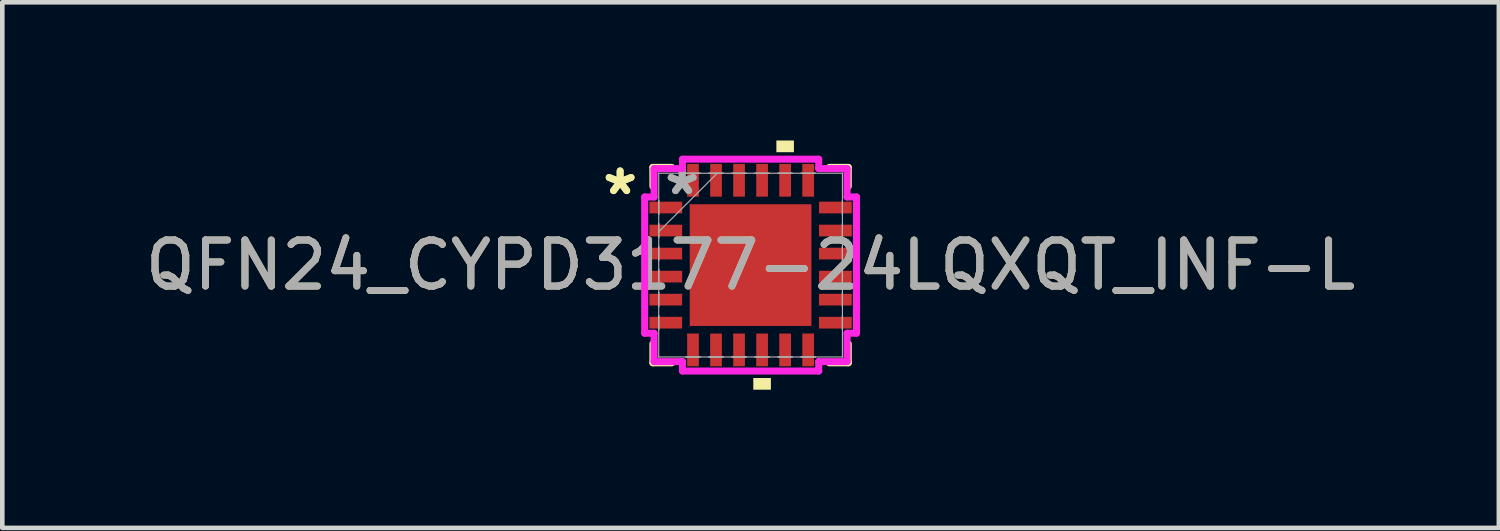
<source format=kicad_pcb>
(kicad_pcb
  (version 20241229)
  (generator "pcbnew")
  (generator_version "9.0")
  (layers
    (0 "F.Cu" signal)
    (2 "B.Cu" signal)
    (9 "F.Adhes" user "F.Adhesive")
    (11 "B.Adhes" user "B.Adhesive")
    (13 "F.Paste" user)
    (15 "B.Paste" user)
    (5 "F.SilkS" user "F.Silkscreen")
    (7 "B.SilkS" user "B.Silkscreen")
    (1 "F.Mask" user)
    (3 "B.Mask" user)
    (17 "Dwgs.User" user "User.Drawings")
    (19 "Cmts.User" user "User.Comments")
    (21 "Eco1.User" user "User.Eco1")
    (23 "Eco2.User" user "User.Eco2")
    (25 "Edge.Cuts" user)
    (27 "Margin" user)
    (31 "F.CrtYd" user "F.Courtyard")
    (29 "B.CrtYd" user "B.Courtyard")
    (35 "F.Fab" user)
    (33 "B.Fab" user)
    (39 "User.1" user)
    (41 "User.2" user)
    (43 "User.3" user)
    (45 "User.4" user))
  (footprint "QFN24_CYPD3177-24LQXQT_INF-L"
    (layer "F.Cu")
    (at 13.244 2.705)
    (property "Reference" "QFN24_CYPD3177-24LQXQT_INF-L" (at 0 0 0) (unlocked yes) (layer "F.SilkS") (effects (font (size 1 1) (thickness 0.15))))
    (attr smd)
    (fp_line (start -2.121 -2.121) (end -2.121 -1.71) (stroke (width 0.152) (type solid)) (layer "F.SilkS"))
    (fp_line (start -2.121 1.71) (end -2.121 2.121) (stroke (width 0.152) (type solid)) (layer "F.SilkS"))
    (fp_line (start -2.121 2.121) (end -1.71 2.121) (stroke (width 0.152) (type solid)) (layer "F.SilkS"))
    (fp_line (start -1.71 -2.121) (end -2.121 -2.121) (stroke (width 0.152) (type solid)) (layer "F.SilkS"))
    (fp_line (start 1.71 2.121) (end 2.121 2.121) (stroke (width 0.152) (type solid)) (layer "F.SilkS"))
    (fp_line (start 2.121 -2.121) (end 1.71 -2.121) (stroke (width 0.152) (type solid)) (layer "F.SilkS"))
    (fp_line (start 2.121 -1.71) (end 2.121 -2.121) (stroke (width 0.152) (type solid)) (layer "F.SilkS"))
    (fp_line (start 2.121 2.121) (end 2.121 1.71) (stroke (width 0.152) (type solid)) (layer "F.SilkS"))
    (fp_poly (pts (xy 0.059 2.451) (xy 0.059 2.705) (xy 0.441 2.705) (xy 0.441 2.451)) (stroke (width 0) (type solid)) (fill yes) (layer "F.SilkS"))
    (fp_poly (pts (xy 0.56 -2.451) (xy 0.56 -2.705) (xy 0.941 -2.705) (xy 0.941 -2.451)) (stroke (width 0) (type solid)) (fill yes) (layer "F.SilkS"))
    (fp_poly (pts (xy -1.221 -1.221) (xy -1.221 -0.1) (xy -0.1 -0.1) (xy -0.1 -1.221)) (stroke (width 0) (type solid)) (fill yes) (layer "F.Paste"))
    (fp_poly (pts (xy -1.221 0.1) (xy -1.221 1.221) (xy -0.1 1.221) (xy -0.1 0.1)) (stroke (width 0) (type solid)) (fill yes) (layer "F.Paste"))
    (fp_poly (pts (xy 0.1 -1.221) (xy 0.1 -0.1) (xy 1.221 -0.1) (xy 1.221 -1.221)) (stroke (width 0) (type solid)) (fill yes) (layer "F.Paste"))
    (fp_poly (pts (xy 0.1 0.1) (xy 0.1 1.221) (xy 1.221 1.221) (xy 1.221 0.1)) (stroke (width 0) (type solid)) (fill yes) (layer "F.Paste"))
    (fp_line (start -2.299 -1.479) (end -2.095 -1.479) (stroke (width 0.152) (type solid)) (layer "F.CrtYd"))
    (fp_line (start -2.299 1.479) (end -2.299 -1.479) (stroke (width 0.152) (type solid)) (layer "F.CrtYd"))
    (fp_line (start -2.095 -2.095) (end -1.479 -2.095) (stroke (width 0.152) (type solid)) (layer "F.CrtYd"))
    (fp_line (start -2.095 -1.479) (end -2.095 -2.095) (stroke (width 0.152) (type solid)) (layer "F.CrtYd"))
    (fp_line (start -2.095 1.479) (end -2.299 1.479) (stroke (width 0.152) (type solid)) (layer "F.CrtYd"))
    (fp_line (start -2.095 2.095) (end -2.095 1.479) (stroke (width 0.152) (type solid)) (layer "F.CrtYd"))
    (fp_line (start -1.479 -2.299) (end 1.479 -2.299) (stroke (width 0.152) (type solid)) (layer "F.CrtYd"))
    (fp_line (start -1.479 -2.095) (end -1.479 -2.299) (stroke (width 0.152) (type solid)) (layer "F.CrtYd"))
    (fp_line (start -1.479 2.095) (end -2.095 2.095) (stroke (width 0.152) (type solid)) (layer "F.CrtYd"))
    (fp_line (start -1.479 2.299) (end -1.479 2.095) (stroke (width 0.152) (type solid)) (layer "F.CrtYd"))
    (fp_line (start 1.479 -2.299) (end 1.479 -2.095) (stroke (width 0.152) (type solid)) (layer "F.CrtYd"))
    (fp_line (start 1.479 -2.095) (end 2.095 -2.095) (stroke (width 0.152) (type solid)) (layer "F.CrtYd"))
    (fp_line (start 1.479 2.095) (end 1.479 2.299) (stroke (width 0.152) (type solid)) (layer "F.CrtYd"))
    (fp_line (start 1.479 2.299) (end -1.479 2.299) (stroke (width 0.152) (type solid)) (layer "F.CrtYd"))
    (fp_line (start 2.095 -2.095) (end 2.095 -1.479) (stroke (width 0.152) (type solid)) (layer "F.CrtYd"))
    (fp_line (start 2.095 -1.479) (end 2.299 -1.479) (stroke (width 0.152) (type solid)) (layer "F.CrtYd"))
    (fp_line (start 2.095 1.479) (end 2.095 2.095) (stroke (width 0.152) (type solid)) (layer "F.CrtYd"))
    (fp_line (start 2.095 2.095) (end 1.479 2.095) (stroke (width 0.152) (type solid)) (layer "F.CrtYd"))
    (fp_line (start 2.299 -1.479) (end 2.299 1.479) (stroke (width 0.152) (type solid)) (layer "F.CrtYd"))
    (fp_line (start 2.299 1.479) (end 2.095 1.479) (stroke (width 0.152) (type solid)) (layer "F.CrtYd"))
    (fp_line (start -1.994 -1.994) (end -1.994 -1.994) (stroke (width 0.025) (type solid)) (layer "F.Fab"))
    (fp_line (start -1.994 -1.994) (end -1.994 1.994) (stroke (width 0.025) (type solid)) (layer "F.Fab"))
    (fp_line (start -1.994 -1.402) (end -1.994 -1.402) (stroke (width 0.025) (type solid)) (layer "F.Fab"))
    (fp_line (start -1.994 -1.402) (end -1.994 -1.098) (stroke (width 0.025) (type solid)) (layer "F.Fab"))
    (fp_line (start -1.994 -1.098) (end -1.994 -1.402) (stroke (width 0.025) (type solid)) (layer "F.Fab"))
    (fp_line (start -1.994 -1.098) (end -1.994 -1.098) (stroke (width 0.025) (type solid)) (layer "F.Fab"))
    (fp_line (start -1.994 -0.902) (end -1.994 -0.902) (stroke (width 0.025) (type solid)) (layer "F.Fab"))
    (fp_line (start -1.994 -0.902) (end -1.994 -0.598) (stroke (width 0.025) (type solid)) (layer "F.Fab"))
    (fp_line (start -1.994 -0.724) (end -0.724 -1.994) (stroke (width 0.025) (type solid)) (layer "F.Fab"))
    (fp_line (start -1.994 -0.598) (end -1.994 -0.902) (stroke (width 0.025) (type solid)) (layer "F.Fab"))
    (fp_line (start -1.994 -0.598) (end -1.994 -0.598) (stroke (width 0.025) (type solid)) (layer "F.Fab"))
    (fp_line (start -1.994 -0.402) (end -1.994 -0.402) (stroke (width 0.025) (type solid)) (layer "F.Fab"))
    (fp_line (start -1.994 -0.402) (end -1.994 -0.098) (stroke (width 0.025) (type solid)) (layer "F.Fab"))
    (fp_line (start -1.994 -0.098) (end -1.994 -0.402) (stroke (width 0.025) (type solid)) (layer "F.Fab"))
    (fp_line (start -1.994 -0.098) (end -1.994 -0.098) (stroke (width 0.025) (type solid)) (layer "F.Fab"))
    (fp_line (start -1.994 0.098) (end -1.994 0.098) (stroke (width 0.025) (type solid)) (layer "F.Fab"))
    (fp_line (start -1.994 0.098) (end -1.994 0.402) (stroke (width 0.025) (type solid)) (layer "F.Fab"))
    (fp_line (start -1.994 0.402) (end -1.994 0.098) (stroke (width 0.025) (type solid)) (layer "F.Fab"))
    (fp_line (start -1.994 0.402) (end -1.994 0.402) (stroke (width 0.025) (type solid)) (layer "F.Fab"))
    (fp_line (start -1.994 0.598) (end -1.994 0.598) (stroke (width 0.025) (type solid)) (layer "F.Fab"))
    (fp_line (start -1.994 0.598) (end -1.994 0.902) (stroke (width 0.025) (type solid)) (layer "F.Fab"))
    (fp_line (start -1.994 0.902) (end -1.994 0.598) (stroke (width 0.025) (type solid)) (layer "F.Fab"))
    (fp_line (start -1.994 0.902) (end -1.994 0.902) (stroke (width 0.025) (type solid)) (layer "F.Fab"))
    (fp_line (start -1.994 1.098) (end -1.994 1.098) (stroke (width 0.025) (type solid)) (layer "F.Fab"))
    (fp_line (start -1.994 1.098) (end -1.994 1.402) (stroke (width 0.025) (type solid)) (layer "F.Fab"))
    (fp_line (start -1.994 1.402) (end -1.994 1.098) (stroke (width 0.025) (type solid)) (layer "F.Fab"))
    (fp_line (start -1.994 1.402) (end -1.994 1.402) (stroke (width 0.025) (type solid)) (layer "F.Fab"))
    (fp_line (start -1.994 1.994) (end -1.994 1.994) (stroke (width 0.025) (type solid)) (layer "F.Fab"))
    (fp_line (start -1.994 1.994) (end 1.994 1.994) (stroke (width 0.025) (type solid)) (layer "F.Fab"))
    (fp_line (start -1.402 -1.994) (end -1.402 -1.994) (stroke (width 0.025) (type solid)) (layer "F.Fab"))
    (fp_line (start -1.402 -1.994) (end -1.098 -1.994) (stroke (width 0.025) (type solid)) (layer "F.Fab"))
    (fp_line (start -1.402 1.994) (end -1.402 1.994) (stroke (width 0.025) (type solid)) (layer "F.Fab"))
    (fp_line (start -1.402 1.994) (end -1.098 1.994) (stroke (width 0.025) (type solid)) (layer "F.Fab"))
    (fp_line (start -1.098 -1.994) (end -1.402 -1.994) (stroke (width 0.025) (type solid)) (layer "F.Fab"))
    (fp_line (start -1.098 -1.994) (end -1.098 -1.994) (stroke (width 0.025) (type solid)) (layer "F.Fab"))
    (fp_line (start -1.098 1.994) (end -1.402 1.994) (stroke (width 0.025) (type solid)) (layer "F.Fab"))
    (fp_line (start -1.098 1.994) (end -1.098 1.994) (stroke (width 0.025) (type solid)) (layer "F.Fab"))
    (fp_line (start -0.902 -1.994) (end -0.902 -1.994) (stroke (width 0.025) (type solid)) (layer "F.Fab"))
    (fp_line (start -0.902 -1.994) (end -0.598 -1.994) (stroke (width 0.025) (type solid)) (layer "F.Fab"))
    (fp_line (start -0.902 1.994) (end -0.902 1.994) (stroke (width 0.025) (type solid)) (layer "F.Fab"))
    (fp_line (start -0.902 1.994) (end -0.598 1.994) (stroke (width 0.025) (type solid)) (layer "F.Fab"))
    (fp_line (start -0.598 -1.994) (end -0.902 -1.994) (stroke (width 0.025) (type solid)) (layer "F.Fab"))
    (fp_line (start -0.598 -1.994) (end -0.598 -1.994) (stroke (width 0.025) (type solid)) (layer "F.Fab"))
    (fp_line (start -0.598 1.994) (end -0.902 1.994) (stroke (width 0.025) (type solid)) (layer "F.Fab"))
    (fp_line (start -0.598 1.994) (end -0.598 1.994) (stroke (width 0.025) (type solid)) (layer "F.Fab"))
    (fp_line (start -0.402 -1.994) (end -0.402 -1.994) (stroke (width 0.025) (type solid)) (layer "F.Fab"))
    (fp_line (start -0.402 -1.994) (end -0.098 -1.994) (stroke (width 0.025) (type solid)) (layer "F.Fab"))
    (fp_line (start -0.402 1.994) (end -0.402 1.994) (stroke (width 0.025) (type solid)) (layer "F.Fab"))
    (fp_line (start -0.402 1.994) (end -0.098 1.994) (stroke (width 0.025) (type solid)) (layer "F.Fab"))
    (fp_line (start -0.098 -1.994) (end -0.402 -1.994) (stroke (width 0.025) (type solid)) (layer "F.Fab"))
    (fp_line (start -0.098 -1.994) (end -0.098 -1.994) (stroke (width 0.025) (type solid)) (layer "F.Fab"))
    (fp_line (start -0.098 1.994) (end -0.402 1.994) (stroke (width 0.025) (type solid)) (layer "F.Fab"))
    (fp_line (start -0.098 1.994) (end -0.098 1.994) (stroke (width 0.025) (type solid)) (layer "F.Fab"))
    (fp_line (start 0.098 -1.994) (end 0.098 -1.994) (stroke (width 0.025) (type solid)) (layer "F.Fab"))
    (fp_line (start 0.098 -1.994) (end 0.402 -1.994) (stroke (width 0.025) (type solid)) (layer "F.Fab"))
    (fp_line (start 0.098 1.994) (end 0.098 1.994) (stroke (width 0.025) (type solid)) (layer "F.Fab"))
    (fp_line (start 0.098 1.994) (end 0.402 1.994) (stroke (width 0.025) (type solid)) (layer "F.Fab"))
    (fp_line (start 0.402 -1.994) (end 0.098 -1.994) (stroke (width 0.025) (type solid)) (layer "F.Fab"))
    (fp_line (start 0.402 -1.994) (end 0.402 -1.994) (stroke (width 0.025) (type solid)) (layer "F.Fab"))
    (fp_line (start 0.402 1.994) (end 0.098 1.994) (stroke (width 0.025) (type solid)) (layer "F.Fab"))
    (fp_line (start 0.402 1.994) (end 0.402 1.994) (stroke (width 0.025) (type solid)) (layer "F.Fab"))
    (fp_line (start 0.598 -1.994) (end 0.598 -1.994) (stroke (width 0.025) (type solid)) (layer "F.Fab"))
    (fp_line (start 0.598 -1.994) (end 0.902 -1.994) (stroke (width 0.025) (type solid)) (layer "F.Fab"))
    (fp_line (start 0.598 1.994) (end 0.598 1.994) (stroke (width 0.025) (type solid)) (layer "F.Fab"))
    (fp_line (start 0.598 1.994) (end 0.902 1.994) (stroke (width 0.025) (type solid)) (layer "F.Fab"))
    (fp_line (start 0.902 -1.994) (end 0.598 -1.994) (stroke (width 0.025) (type solid)) (layer "F.Fab"))
    (fp_line (start 0.902 -1.994) (end 0.902 -1.994) (stroke (width 0.025) (type solid)) (layer "F.Fab"))
    (fp_line (start 0.902 1.994) (end 0.598 1.994) (stroke (width 0.025) (type solid)) (layer "F.Fab"))
    (fp_line (start 0.902 1.994) (end 0.902 1.994) (stroke (width 0.025) (type solid)) (layer "F.Fab"))
    (fp_line (start 1.098 -1.994) (end 1.098 -1.994) (stroke (width 0.025) (type solid)) (layer "F.Fab"))
    (fp_line (start 1.098 -1.994) (end 1.402 -1.994) (stroke (width 0.025) (type solid)) (layer "F.Fab"))
    (fp_line (start 1.098 1.994) (end 1.098 1.994) (stroke (width 0.025) (type solid)) (layer "F.Fab"))
    (fp_line (start 1.098 1.994) (end 1.402 1.994) (stroke (width 0.025) (type solid)) (layer "F.Fab"))
    (fp_line (start 1.402 -1.994) (end 1.098 -1.994) (stroke (width 0.025) (type solid)) (layer "F.Fab"))
    (fp_line (start 1.402 -1.994) (end 1.402 -1.994) (stroke (width 0.025) (type solid)) (layer "F.Fab"))
    (fp_line (start 1.402 1.994) (end 1.098 1.994) (stroke (width 0.025) (type solid)) (layer "F.Fab"))
    (fp_line (start 1.402 1.994) (end 1.402 1.994) (stroke (width 0.025) (type solid)) (layer "F.Fab"))
    (fp_line (start 1.994 -1.994) (end -1.994 -1.994) (stroke (width 0.025) (type solid)) (layer "F.Fab"))
    (fp_line (start 1.994 -1.994) (end 1.994 -1.994) (stroke (width 0.025) (type solid)) (layer "F.Fab"))
    (fp_line (start 1.994 -1.402) (end 1.994 -1.402) (stroke (width 0.025) (type solid)) (layer "F.Fab"))
    (fp_line (start 1.994 -1.402) (end 1.994 -1.098) (stroke (width 0.025) (type solid)) (layer "F.Fab"))
    (fp_line (start 1.994 -1.098) (end 1.994 -1.402) (stroke (width 0.025) (type solid)) (layer "F.Fab"))
    (fp_line (start 1.994 -1.098) (end 1.994 -1.098) (stroke (width 0.025) (type solid)) (layer "F.Fab"))
    (fp_line (start 1.994 -0.902) (end 1.994 -0.902) (stroke (width 0.025) (type solid)) (layer "F.Fab"))
    (fp_line (start 1.994 -0.902) (end 1.994 -0.598) (stroke (width 0.025) (type solid)) (layer "F.Fab"))
    (fp_line (start 1.994 -0.598) (end 1.994 -0.902) (stroke (width 0.025) (type solid)) (layer "F.Fab"))
    (fp_line (start 1.994 -0.598) (end 1.994 -0.598) (stroke (width 0.025) (type solid)) (layer "F.Fab"))
    (fp_line (start 1.994 -0.402) (end 1.994 -0.402) (stroke (width 0.025) (type solid)) (layer "F.Fab"))
    (fp_line (start 1.994 -0.402) (end 1.994 -0.098) (stroke (width 0.025) (type solid)) (layer "F.Fab"))
    (fp_line (start 1.994 -0.098) (end 1.994 -0.402) (stroke (width 0.025) (type solid)) (layer "F.Fab"))
    (fp_line (start 1.994 -0.098) (end 1.994 -0.098) (stroke (width 0.025) (type solid)) (layer "F.Fab"))
    (fp_line (start 1.994 0.098) (end 1.994 0.098) (stroke (width 0.025) (type solid)) (layer "F.Fab"))
    (fp_line (start 1.994 0.098) (end 1.994 0.402) (stroke (width 0.025) (type solid)) (layer "F.Fab"))
    (fp_line (start 1.994 0.402) (end 1.994 0.098) (stroke (width 0.025) (type solid)) (layer "F.Fab"))
    (fp_line (start 1.994 0.402) (end 1.994 0.402) (stroke (width 0.025) (type solid)) (layer "F.Fab"))
    (fp_line (start 1.994 0.598) (end 1.994 0.598) (stroke (width 0.025) (type solid)) (layer "F.Fab"))
    (fp_line (start 1.994 0.598) (end 1.994 0.902) (stroke (width 0.025) (type solid)) (layer "F.Fab"))
    (fp_line (start 1.994 0.902) (end 1.994 0.598) (stroke (width 0.025) (type solid)) (layer "F.Fab"))
    (fp_line (start 1.994 0.902) (end 1.994 0.902) (stroke (width 0.025) (type solid)) (layer "F.Fab"))
    (fp_line (start 1.994 1.098) (end 1.994 1.098) (stroke (width 0.025) (type solid)) (layer "F.Fab"))
    (fp_line (start 1.994 1.098) (end 1.994 1.402) (stroke (width 0.025) (type solid)) (layer "F.Fab"))
    (fp_line (start 1.994 1.402) (end 1.994 1.098) (stroke (width 0.025) (type solid)) (layer "F.Fab"))
    (fp_line (start 1.994 1.402) (end 1.994 1.402) (stroke (width 0.025) (type solid)) (layer "F.Fab"))
    (fp_line (start 1.994 1.994) (end 1.994 -1.994) (stroke (width 0.025) (type solid)) (layer "F.Fab"))
    (fp_line (start 1.994 1.994) (end 1.994 1.994) (stroke (width 0.025) (type solid)) (layer "F.Fab"))
    (fp_text user "*" (at -2.832 -1.5 0) (unlocked yes) (layer "F.SilkS") (effects (font (size 1 1) (thickness 0.15))))
    (fp_text user "*" (at -2.832 -1.5 0) (layer "F.SilkS") (effects (font (size 1 1) (thickness 0.15))))
    (fp_text user "*" (at -1.486 -1.5 0) (layer "F.Fab") (effects (font (size 1 1) (thickness 0.15))))
    (fp_text user "*" (at -1.486 -1.5 0) (unlocked yes) (layer "F.Fab") (effects (font (size 1 1) (thickness 0.15))))
    (fp_text user "${REFERENCE}" (at 0 0 0) (unlocked yes) (layer "F.Fab") (effects (font (size 1 1) (thickness 0.15))))
    (pad "1" smd rect (at -1.841 -1.25 90) (size 0.254 0.711) (layers "F.Cu" "F.Mask" "F.Paste"))
    (pad "2" smd rect (at -1.841 -0.75 90) (size 0.254 0.711) (layers "F.Cu" "F.Mask" "F.Paste"))
    (pad "3" smd rect (at -1.841 -0.25 90) (size 0.254 0.711) (layers "F.Cu" "F.Mask" "F.Paste"))
    (pad "4" smd rect (at -1.841 0.25 90) (size 0.254 0.711) (layers "F.Cu" "F.Mask" "F.Paste"))
    (pad "5" smd rect (at -1.841 0.75 90) (size 0.254 0.711) (layers "F.Cu" "F.Mask" "F.Paste"))
    (pad "6" smd rect (at -1.841 1.25 90) (size 0.254 0.711) (layers "F.Cu" "F.Mask" "F.Paste"))
    (pad "7" smd rect (at -1.25 1.841) (size 0.254 0.711) (layers "F.Cu" "F.Mask" "F.Paste"))
    (pad "8" smd rect (at -0.75 1.841) (size 0.254 0.711) (layers "F.Cu" "F.Mask" "F.Paste"))
    (pad "9" smd rect (at -0.25 1.841) (size 0.254 0.711) (layers "F.Cu" "F.Mask" "F.Paste"))
    (pad "10" smd rect (at 0.25 1.841) (size 0.254 0.711) (layers "F.Cu" "F.Mask" "F.Paste"))
    (pad "11" smd rect (at 0.75 1.841) (size 0.254 0.711) (layers "F.Cu" "F.Mask" "F.Paste"))
    (pad "12" smd rect (at 1.25 1.841) (size 0.254 0.711) (layers "F.Cu" "F.Mask" "F.Paste"))
    (pad "13" smd rect (at 1.841 1.25 90) (size 0.254 0.711) (layers "F.Cu" "F.Mask" "F.Paste"))
    (pad "14" smd rect (at 1.841 0.75 90) (size 0.254 0.711) (layers "F.Cu" "F.Mask" "F.Paste"))
    (pad "15" smd rect (at 1.841 0.25 90) (size 0.254 0.711) (layers "F.Cu" "F.Mask" "F.Paste"))
    (pad "16" smd rect (at 1.841 -0.25 90) (size 0.254 0.711) (layers "F.Cu" "F.Mask" "F.Paste"))
    (pad "17" smd rect (at 1.841 -0.75 90) (size 0.254 0.711) (layers "F.Cu" "F.Mask" "F.Paste"))
    (pad "18" smd rect (at 1.841 -1.25 90) (size 0.254 0.711) (layers "F.Cu" "F.Mask" "F.Paste"))
    (pad "19" smd rect (at 1.25 -1.841) (size 0.254 0.711) (layers "F.Cu" "F.Mask" "F.Paste"))
    (pad "20" smd rect (at 0.75 -1.841) (size 0.254 0.711) (layers "F.Cu" "F.Mask" "F.Paste"))
    (pad "21" smd rect (at 0.25 -1.841) (size 0.254 0.711) (layers "F.Cu" "F.Mask" "F.Paste"))
    (pad "22" smd rect (at -0.25 -1.841) (size 0.254 0.711) (layers "F.Cu" "F.Mask" "F.Paste"))
    (pad "23" smd rect (at -0.75 -1.841) (size 0.254 0.711) (layers "F.Cu" "F.Mask" "F.Paste"))
    (pad "24" smd rect (at -1.25 -1.841) (size 0.254 0.711) (layers "F.Cu" "F.Mask" "F.Paste"))
    (pad "25" smd rect (at 0 0) (size 2.642 2.642) (layers "F.Cu" "F.Mask" "F.Paste")))
  (gr_rect
    (start -3 -3)
    (end 29.488 8.41)
    (stroke (width 0.1) (type default))
    (fill no)
    (layer "Edge.Cuts")))
</source>
